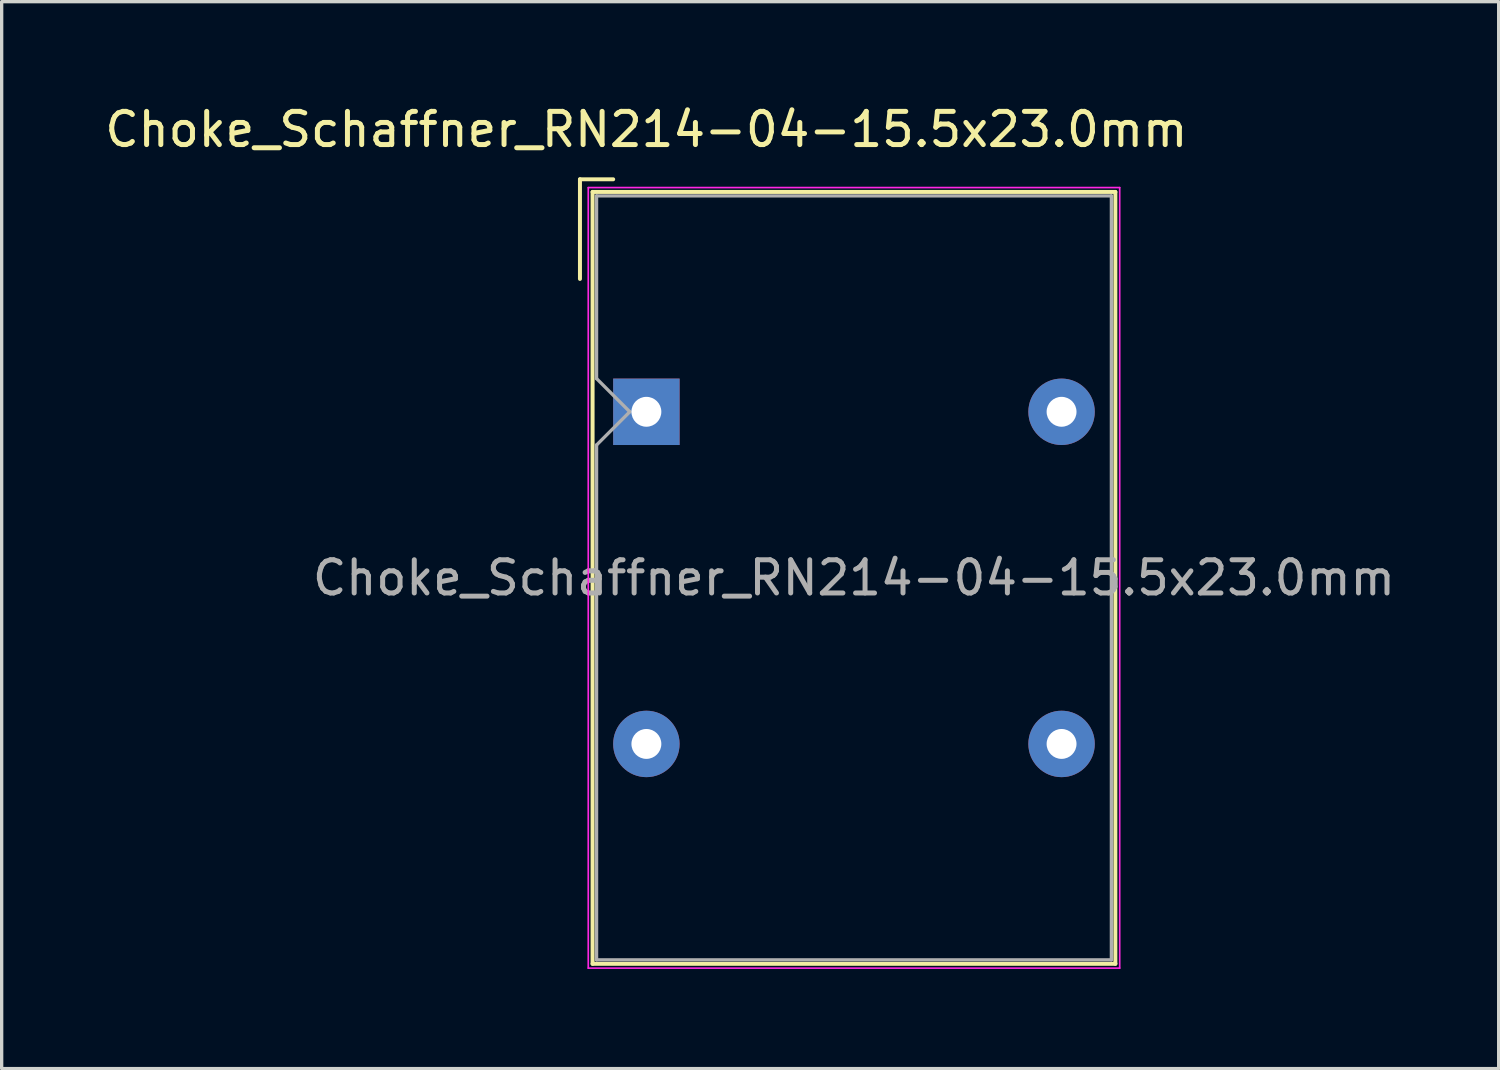
<source format=kicad_pcb>
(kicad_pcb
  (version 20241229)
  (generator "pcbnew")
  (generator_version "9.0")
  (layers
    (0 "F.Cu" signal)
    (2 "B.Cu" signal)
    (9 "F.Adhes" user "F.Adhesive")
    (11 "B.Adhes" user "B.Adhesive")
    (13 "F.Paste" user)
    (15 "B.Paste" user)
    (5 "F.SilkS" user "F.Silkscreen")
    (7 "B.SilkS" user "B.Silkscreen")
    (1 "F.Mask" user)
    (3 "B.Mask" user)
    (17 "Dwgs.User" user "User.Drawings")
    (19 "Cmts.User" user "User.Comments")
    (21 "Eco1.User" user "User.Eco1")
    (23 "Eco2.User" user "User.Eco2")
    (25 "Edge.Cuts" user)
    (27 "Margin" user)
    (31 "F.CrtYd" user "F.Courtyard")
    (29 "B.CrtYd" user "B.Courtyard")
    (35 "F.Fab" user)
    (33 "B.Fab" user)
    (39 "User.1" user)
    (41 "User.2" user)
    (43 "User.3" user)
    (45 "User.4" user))
  (footprint "Choke_Schaffner_RN214-04-15.5x23.0mm"
    (layer "F.Cu")
    (at 16.411 9.348)
    (property "Reference" "Choke_Schaffner_RN214-04-15.5x23.0mm" (at 0 -8.5 0) (layer "F.SilkS") (effects (font (size 1 1) (thickness 0.15))))
    (attr through_hole)
    (fp_line (start -2 -7) (end -2 -4) (stroke (width 0.12) (type solid)) (layer "F.SilkS"))
    (fp_line (start -2 -7) (end -1 -7) (stroke (width 0.12) (type solid)) (layer "F.SilkS"))
    (fp_line (start -1.62 -6.62) (end 14.12 -6.62) (stroke (width 0.12) (type solid)) (layer "F.SilkS"))
    (fp_line (start -1.62 16.62) (end -1.62 -6.62) (stroke (width 0.12) (type solid)) (layer "F.SilkS"))
    (fp_line (start 14.12 -6.62) (end 14.12 16.62) (stroke (width 0.12) (type solid)) (layer "F.SilkS"))
    (fp_line (start 14.12 16.62) (end -1.62 16.62) (stroke (width 0.12) (type solid)) (layer "F.SilkS"))
    (fp_line (start -1.75 -6.75) (end -1.75 16.75) (stroke (width 0.05) (type solid)) (layer "F.CrtYd"))
    (fp_line (start -1.75 16.75) (end 14.25 16.75) (stroke (width 0.05) (type solid)) (layer "F.CrtYd"))
    (fp_line (start 14.25 -6.75) (end -1.75 -6.75) (stroke (width 0.05) (type solid)) (layer "F.CrtYd"))
    (fp_line (start 14.25 16.75) (end 14.25 -6.75) (stroke (width 0.05) (type solid)) (layer "F.CrtYd"))
    (fp_line (start -1.5 -6.5) (end 14 -6.5) (stroke (width 0.1) (type solid)) (layer "F.Fab"))
    (fp_line (start -1.5 -1) (end -1.5 -6.5) (stroke (width 0.1) (type solid)) (layer "F.Fab"))
    (fp_line (start -1.5 1) (end -0.5 0) (stroke (width 0.1) (type solid)) (layer "F.Fab"))
    (fp_line (start -1.5 16.5) (end -1.5 1) (stroke (width 0.1) (type solid)) (layer "F.Fab"))
    (fp_line (start -0.5 0) (end -1.5 -1) (stroke (width 0.1) (type solid)) (layer "F.Fab"))
    (fp_line (start 14 -6.5) (end 14 16.5) (stroke (width 0.1) (type solid)) (layer "F.Fab"))
    (fp_line (start 14 16.5) (end -1.5 16.5) (stroke (width 0.1) (type solid)) (layer "F.Fab"))
    (fp_text user "${REFERENCE}" (at 6.25 5 0) (layer "F.Fab") (effects (font (size 1 1) (thickness 0.15))))
    (pad "1" thru_hole rect (at 0 0) (size 2 2) (drill 0.9) (layers "*.Cu" "*.Mask"))
    (pad "2" thru_hole circle (at 12.5 0) (size 2 2) (drill 0.9) (layers "*.Cu" "*.Mask"))
    (pad "3" thru_hole circle (at 0 10) (size 2 2) (drill 0.9) (layers "*.Cu" "*.Mask"))
    (pad "4" thru_hole circle (at 12.5 10) (size 2 2) (drill 0.9) (layers "*.Cu" "*.Mask")))
  (gr_rect
    (start -3 -3)
    (end 42.071 29.123)
    (stroke (width 0.1) (type default))
    (fill no)
    (layer "Edge.Cuts")))
</source>
